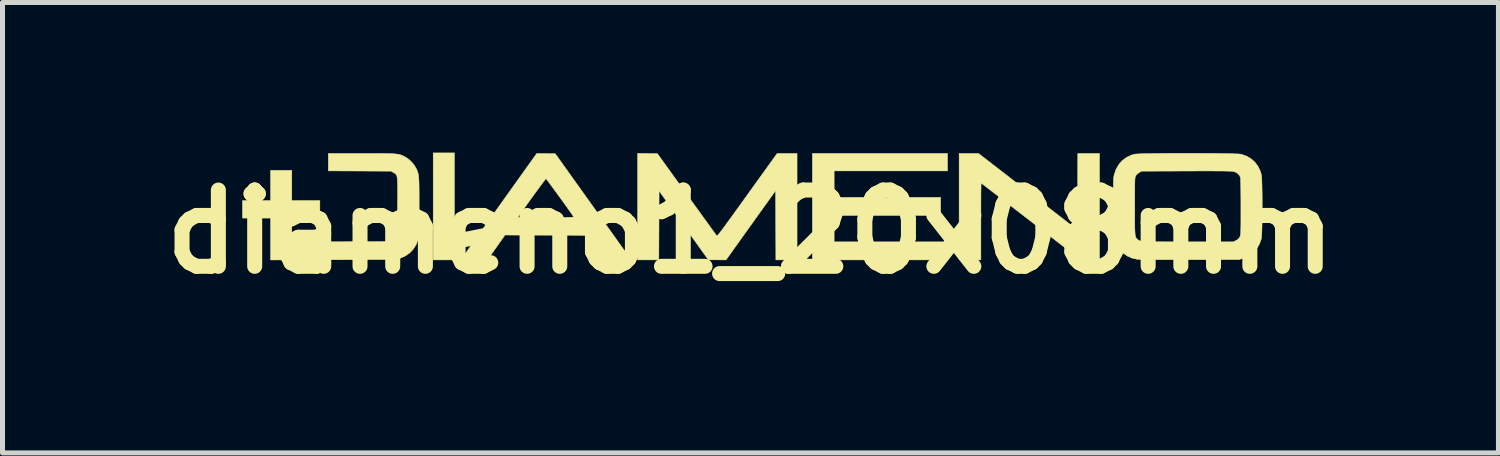
<source format=kicad_pcb>
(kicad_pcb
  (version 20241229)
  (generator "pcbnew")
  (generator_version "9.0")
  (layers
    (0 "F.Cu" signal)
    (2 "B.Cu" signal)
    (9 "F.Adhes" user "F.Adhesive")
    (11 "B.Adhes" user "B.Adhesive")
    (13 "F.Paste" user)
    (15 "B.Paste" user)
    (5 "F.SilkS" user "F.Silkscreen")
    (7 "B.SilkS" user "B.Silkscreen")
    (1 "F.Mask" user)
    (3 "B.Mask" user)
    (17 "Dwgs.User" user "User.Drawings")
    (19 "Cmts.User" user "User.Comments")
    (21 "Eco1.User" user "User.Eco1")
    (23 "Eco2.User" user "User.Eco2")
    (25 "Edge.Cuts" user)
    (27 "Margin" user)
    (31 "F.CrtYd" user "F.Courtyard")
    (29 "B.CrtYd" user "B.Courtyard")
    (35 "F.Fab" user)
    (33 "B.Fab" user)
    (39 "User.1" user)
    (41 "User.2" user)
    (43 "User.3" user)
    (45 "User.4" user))
  (footprint "diameno1_20x08mm"
    (layer "F.Cu")
    (at 11.945 1.582)
    (property "Reference" "diameno1_20x08mm" (at 0 0 0) (layer "F.SilkS") (effects (font (size 1.524 1.524) (thickness 0.3))))
    (attr through_hole)
    (fp_poly (pts (xy -5.916 0.561) (xy -6.339 0.561) (xy -6.339 -1.577) (xy -5.916 -1.577) (xy -5.916 0.561)) (stroke (width 0.01) (type solid)) (fill yes) (layer "F.SilkS"))
    (fp_poly (pts (xy 3.937 -1.217) (xy 1.672 -1.217) (xy 1.672 -0.688) (xy 3.799 -0.688) (xy 3.799 -0.328) (xy 1.672 -0.328) (xy 1.672 0.201) (xy 3.937 0.201) (xy 3.937 0.561) (xy 1.238 0.561) (xy 1.238 -1.566) (xy 3.937 -1.566) (xy 3.937 -1.217)) (stroke (width 0.01) (type solid)) (fill yes) (layer "F.SilkS"))
    (fp_poly (pts (xy 6.974 0.561) (xy 6.599 0.56) (xy 5.607 -0.207) (xy 5.48 -0.305) (xy 5.357 -0.4) (xy 5.24 -0.49) (xy 5.13 -0.576) (xy 5.027 -0.655) (xy 4.933 -0.727) (xy 4.849 -0.791) (xy 4.776 -0.847) (xy 4.715 -0.894) (xy 4.667 -0.931) (xy 4.633 -0.957) (xy 4.614 -0.971) (xy 4.61 -0.974) (xy 4.609 -0.963) (xy 4.608 -0.934) (xy 4.607 -0.886) (xy 4.606 -0.822) (xy 4.605 -0.744) (xy 4.605 -0.653) (xy 4.604 -0.55) (xy 4.604 -0.438) (xy 4.604 -0.319) (xy 4.604 -0.206) (xy 4.604 0.561) (xy 4.17 0.561) (xy 4.17 -1.566) (xy 4.363 -1.566) (xy 4.556 -1.566) (xy 5.546 -0.8) (xy 6.535 -0.035) (xy 6.538 -0.801) (xy 6.541 -1.566) (xy 6.974 -1.566) (xy 6.974 0.561)) (stroke (width 0.01) (type solid)) (fill yes) (layer "F.SilkS"))
    (fp_poly (pts (xy -2.057 -1.564) (xy -1.859 -1.561) (xy -1.279 -0.757) (xy -1.195 -0.64) (xy -1.114 -0.528) (xy -1.037 -0.422) (xy -0.966 -0.323) (xy -0.9 -0.232) (xy -0.841 -0.151) (xy -0.79 -0.08) (xy -0.748 -0.021) (xy -0.715 0.024) (xy -0.692 0.055) (xy -0.681 0.071) (xy -0.68 0.072) (xy -0.677 0.076) (xy -0.673 0.078) (xy -0.668 0.078) (xy -0.662 0.074) (xy -0.652 0.066) (xy -0.64 0.052) (xy -0.623 0.032) (xy -0.601 0.004) (xy -0.573 -0.032) (xy -0.54 -0.077) (xy -0.499 -0.133) (xy -0.45 -0.2) (xy -0.392 -0.279) (xy -0.325 -0.372) (xy -0.248 -0.479) (xy -0.16 -0.601) (xy -0.064 -0.735) (xy 0.534 -1.566) (xy 0.733 -1.566) (xy 0.931 -1.566) (xy 0.931 0.561) (xy 0.508 0.561) (xy 0.503 -0.824) (xy 0.007 -0.132) (xy -0.488 0.561) (xy -0.665 0.56) (xy -0.841 0.56) (xy -1.333 -0.129) (xy -1.826 -0.819) (xy -1.828 -0.129) (xy -1.831 0.561) (xy -2.254 0.561) (xy -2.254 -1.567) (xy -2.057 -1.564)) (stroke (width 0.01) (type solid)) (fill yes) (layer "F.SilkS"))
    (fp_poly (pts (xy -4.086 -1.563) (xy -3.901 -1.561) (xy -3.146 -0.505) (xy -3.051 -0.372) (xy -2.959 -0.243) (xy -2.872 -0.12) (xy -2.789 -0.005) (xy -2.712 0.103) (xy -2.642 0.202) (xy -2.578 0.291) (xy -2.523 0.369) (xy -2.477 0.435) (xy -2.439 0.487) (xy -2.412 0.526) (xy -2.396 0.549) (xy -2.392 0.556) (xy -2.402 0.557) (xy -2.43 0.558) (xy -2.474 0.559) (xy -2.531 0.56) (xy -2.597 0.561) (xy -2.654 0.561) (xy -2.916 0.56) (xy -3.091 0.315) (xy -3.266 0.069) (xy -4.086 0.067) (xy -4.905 0.064) (xy -5.08 0.312) (xy -5.255 0.56) (xy -5.517 0.56) (xy -5.608 0.56) (xy -5.679 0.559) (xy -5.732 0.557) (xy -5.764 0.554) (xy -5.777 0.551) (xy -5.777 0.55) (xy -5.77 0.541) (xy -5.752 0.515) (xy -5.723 0.474) (xy -5.684 0.418) (xy -5.636 0.35) (xy -5.579 0.27) (xy -5.515 0.179) (xy -5.443 0.079) (xy -5.365 -0.031) (xy -5.282 -0.148) (xy -5.194 -0.272) (xy -5.18 -0.291) (xy -4.646 -0.291) (xy -4.636 -0.29) (xy -4.606 -0.289) (xy -4.56 -0.288) (xy -4.497 -0.287) (xy -4.422 -0.287) (xy -4.335 -0.286) (xy -4.239 -0.286) (xy -4.135 -0.286) (xy -4.085 -0.286) (xy -3.957 -0.286) (xy -3.849 -0.286) (xy -3.76 -0.287) (xy -3.688 -0.287) (xy -3.631 -0.289) (xy -3.588 -0.29) (xy -3.559 -0.292) (xy -3.54 -0.294) (xy -3.532 -0.297) (xy -3.531 -0.299) (xy -3.545 -0.319) (xy -3.568 -0.353) (xy -3.6 -0.398) (xy -3.638 -0.452) (xy -3.682 -0.514) (xy -3.73 -0.581) (xy -3.78 -0.65) (xy -3.831 -0.72) (xy -3.882 -0.79) (xy -3.93 -0.855) (xy -3.974 -0.916) (xy -4.013 -0.969) (xy -4.045 -1.012) (xy -4.069 -1.043) (xy -4.083 -1.061) (xy -4.086 -1.064) (xy -4.093 -1.055) (xy -4.111 -1.032) (xy -4.139 -0.996) (xy -4.174 -0.948) (xy -4.216 -0.892) (xy -4.262 -0.829) (xy -4.311 -0.762) (xy -4.362 -0.692) (xy -4.413 -0.621) (xy -4.463 -0.552) (xy -4.509 -0.487) (xy -4.552 -0.428) (xy -4.588 -0.377) (xy -4.617 -0.336) (xy -4.636 -0.307) (xy -4.646 -0.292) (xy -4.646 -0.291) (xy -5.18 -0.291) (xy -5.101 -0.402) (xy -5.022 -0.513) (xy -4.27 -1.565) (xy -4.086 -1.563)) (stroke (width 0.01) (type solid)) (fill yes) (layer "F.SilkS"))
    (fp_poly (pts (xy -7.771 -1.566) (xy -7.628 -1.566) (xy -7.505 -1.566) (xy -7.4 -1.565) (xy -7.31 -1.565) (xy -7.235 -1.563) (xy -7.173 -1.561) (xy -7.121 -1.558) (xy -7.078 -1.555) (xy -7.043 -1.55) (xy -7.013 -1.544) (xy -6.988 -1.537) (xy -6.964 -1.528) (xy -6.941 -1.518) (xy -6.917 -1.506) (xy -6.909 -1.502) (xy -6.842 -1.459) (xy -6.778 -1.403) (xy -6.723 -1.339) (xy -6.682 -1.272) (xy -6.681 -1.27) (xy -6.668 -1.243) (xy -6.658 -1.218) (xy -6.649 -1.193) (xy -6.641 -1.167) (xy -6.635 -1.138) (xy -6.63 -1.104) (xy -6.627 -1.062) (xy -6.624 -1.011) (xy -6.622 -0.95) (xy -6.621 -0.876) (xy -6.62 -0.787) (xy -6.62 -0.681) (xy -6.62 -0.557) (xy -6.62 -0.497) (xy -6.62 -0.37) (xy -6.62 -0.262) (xy -6.62 -0.171) (xy -6.621 -0.096) (xy -6.622 -0.035) (xy -6.623 0.014) (xy -6.625 0.053) (xy -6.627 0.083) (xy -6.629 0.107) (xy -6.632 0.126) (xy -6.636 0.142) (xy -6.639 0.153) (xy -6.681 0.258) (xy -6.739 0.348) (xy -6.812 0.424) (xy -6.899 0.484) (xy -7 0.529) (xy -7.022 0.536) (xy -7.033 0.539) (xy -7.045 0.541) (xy -7.06 0.544) (xy -7.08 0.546) (xy -7.104 0.547) (xy -7.135 0.549) (xy -7.174 0.55) (xy -7.222 0.552) (xy -7.279 0.553) (xy -7.348 0.554) (xy -7.429 0.554) (xy -7.523 0.555) (xy -7.632 0.556) (xy -7.757 0.556) (xy -7.9 0.557) (xy -8.06 0.557) (xy -8.24 0.558) (xy -8.337 0.558) (xy -9.588 0.562) (xy -9.588 -0.275) (xy -10.149 -0.275) (xy -10.149 -0.624) (xy -9.588 -0.624) (xy -9.588 -1.228) (xy -9.165 -1.228) (xy -9.165 -0.624) (xy -8.604 -0.624) (xy -8.604 -0.275) (xy -9.165 -0.275) (xy -9.165 0.202) (xy -8.168 0.199) (xy -8 0.198) (xy -7.852 0.198) (xy -7.723 0.197) (xy -7.611 0.197) (xy -7.515 0.196) (xy -7.433 0.195) (xy -7.365 0.195) (xy -7.309 0.194) (xy -7.264 0.192) (xy -7.228 0.191) (xy -7.2 0.189) (xy -7.179 0.187) (xy -7.164 0.185) (xy -7.152 0.183) (xy -7.144 0.18) (xy -7.137 0.176) (xy -7.134 0.175) (xy -7.104 0.152) (xy -7.078 0.126) (xy -7.076 0.124) (xy -7.071 0.117) (xy -7.067 0.109) (xy -7.064 0.098) (xy -7.061 0.083) (xy -7.059 0.062) (xy -7.057 0.033) (xy -7.055 -0.006) (xy -7.054 -0.056) (xy -7.053 -0.119) (xy -7.053 -0.197) (xy -7.052 -0.291) (xy -7.051 -0.404) (xy -7.051 -0.493) (xy -7.05 -0.626) (xy -7.05 -0.738) (xy -7.05 -0.833) (xy -7.05 -0.912) (xy -7.051 -0.976) (xy -7.054 -1.028) (xy -7.057 -1.068) (xy -7.062 -1.099) (xy -7.068 -1.123) (xy -7.077 -1.14) (xy -7.087 -1.153) (xy -7.099 -1.163) (xy -7.114 -1.173) (xy -7.131 -1.182) (xy -7.132 -1.183) (xy -7.181 -1.212) (xy -7.808 -1.215) (xy -8.435 -1.218) (xy -8.435 -1.566) (xy -7.771 -1.566)) (stroke (width 0.01) (type solid)) (fill yes) (layer "F.SilkS"))
    (fp_poly (pts (xy 8.807 -1.568) (xy 8.939 -1.568) (xy 9.069 -1.567) (xy 9.194 -1.567) (xy 9.313 -1.566) (xy 9.423 -1.564) (xy 9.523 -1.562) (xy 9.611 -1.561) (xy 9.685 -1.558) (xy 9.744 -1.556) (xy 9.785 -1.553) (xy 9.806 -1.55) (xy 9.911 -1.513) (xy 10.002 -1.46) (xy 10.079 -1.392) (xy 10.141 -1.309) (xy 10.188 -1.212) (xy 10.207 -1.149) (xy 10.211 -1.122) (xy 10.215 -1.076) (xy 10.218 -1.014) (xy 10.221 -0.939) (xy 10.222 -0.852) (xy 10.224 -0.757) (xy 10.225 -0.656) (xy 10.225 -0.551) (xy 10.225 -0.445) (xy 10.225 -0.34) (xy 10.224 -0.239) (xy 10.222 -0.145) (xy 10.22 -0.06) (xy 10.217 0.014) (xy 10.214 0.074) (xy 10.211 0.118) (xy 10.207 0.141) (xy 10.17 0.244) (xy 10.117 0.335) (xy 10.048 0.411) (xy 9.963 0.474) (xy 9.863 0.521) (xy 9.837 0.531) (xy 9.763 0.555) (xy 8.779 0.557) (xy 8.629 0.557) (xy 8.486 0.557) (xy 8.35 0.557) (xy 8.224 0.556) (xy 8.108 0.556) (xy 8.005 0.555) (xy 7.916 0.554) (xy 7.842 0.553) (xy 7.785 0.552) (xy 7.746 0.55) (xy 7.728 0.549) (xy 7.622 0.524) (xy 7.526 0.481) (xy 7.441 0.422) (xy 7.37 0.348) (xy 7.314 0.261) (xy 7.308 0.248) (xy 7.296 0.221) (xy 7.285 0.196) (xy 7.277 0.17) (xy 7.27 0.141) (xy 7.264 0.107) (xy 7.26 0.067) (xy 7.256 0.018) (xy 7.254 -0.041) (xy 7.252 -0.112) (xy 7.251 -0.198) (xy 7.25 -0.3) (xy 7.25 -0.42) (xy 7.25 -0.508) (xy 7.678 -0.508) (xy 7.678 -0.379) (xy 7.678 -0.27) (xy 7.679 -0.179) (xy 7.679 -0.103) (xy 7.681 -0.042) (xy 7.683 0.007) (xy 7.686 0.045) (xy 7.689 0.075) (xy 7.694 0.097) (xy 7.701 0.113) (xy 7.708 0.126) (xy 7.718 0.136) (xy 7.729 0.147) (xy 7.735 0.152) (xy 7.744 0.16) (xy 7.753 0.167) (xy 7.764 0.174) (xy 7.778 0.179) (xy 7.796 0.184) (xy 7.819 0.188) (xy 7.85 0.191) (xy 7.888 0.194) (xy 7.937 0.196) (xy 7.996 0.197) (xy 8.067 0.199) (xy 8.153 0.199) (xy 8.253 0.2) (xy 8.369 0.2) (xy 8.504 0.2) (xy 8.657 0.201) (xy 8.742 0.201) (xy 9.648 0.201) (xy 9.702 0.174) (xy 9.74 0.151) (xy 9.766 0.124) (xy 9.778 0.102) (xy 9.783 0.091) (xy 9.787 0.08) (xy 9.791 0.066) (xy 9.793 0.048) (xy 9.795 0.023) (xy 9.797 -0.01) (xy 9.798 -0.052) (xy 9.799 -0.106) (xy 9.8 -0.174) (xy 9.8 -0.258) (xy 9.8 -0.358) (xy 9.8 -0.478) (xy 9.8 -0.498) (xy 9.8 -0.628) (xy 9.799 -0.745) (xy 9.798 -0.847) (xy 9.797 -0.933) (xy 9.795 -1.001) (xy 9.793 -1.052) (xy 9.791 -1.083) (xy 9.789 -1.092) (xy 9.766 -1.136) (xy 9.727 -1.173) (xy 9.675 -1.199) (xy 9.65 -1.206) (xy 9.632 -1.209) (xy 9.6 -1.211) (xy 9.554 -1.212) (xy 9.493 -1.214) (xy 9.416 -1.215) (xy 9.323 -1.215) (xy 9.212 -1.216) (xy 9.082 -1.216) (xy 8.933 -1.216) (xy 8.764 -1.215) (xy 8.705 -1.215) (xy 7.816 -1.212) (xy 7.769 -1.185) (xy 7.736 -1.162) (xy 7.708 -1.133) (xy 7.7 -1.122) (xy 7.695 -1.113) (xy 7.691 -1.104) (xy 7.688 -1.091) (xy 7.685 -1.075) (xy 7.683 -1.052) (xy 7.681 -1.021) (xy 7.68 -0.98) (xy 7.679 -0.928) (xy 7.679 -0.862) (xy 7.678 -0.781) (xy 7.678 -0.684) (xy 7.678 -0.568) (xy 7.678 -0.508) (xy 7.25 -0.508) (xy 7.25 -0.509) (xy 7.25 -0.633) (xy 7.25 -0.737) (xy 7.25 -0.825) (xy 7.251 -0.896) (xy 7.252 -0.955) (xy 7.253 -1.002) (xy 7.255 -1.04) (xy 7.257 -1.07) (xy 7.26 -1.095) (xy 7.263 -1.116) (xy 7.267 -1.135) (xy 7.27 -1.147) (xy 7.307 -1.253) (xy 7.36 -1.344) (xy 7.428 -1.422) (xy 7.511 -1.484) (xy 7.607 -1.531) (xy 7.669 -1.55) (xy 7.691 -1.553) (xy 7.733 -1.556) (xy 7.792 -1.559) (xy 7.867 -1.561) (xy 7.956 -1.563) (xy 8.056 -1.564) (xy 8.167 -1.566) (xy 8.286 -1.567) (xy 8.411 -1.568) (xy 8.541 -1.568) (xy 8.673 -1.568) (xy 8.807 -1.568)) (stroke (width 0.01) (type solid)) (fill yes) (layer "F.SilkS")))
  (gr_rect
    (start -3 -3)
    (end 26.891 6)
    (stroke (width 0.1) (type default))
    (fill no)
    (layer "Edge.Cuts")))
</source>
